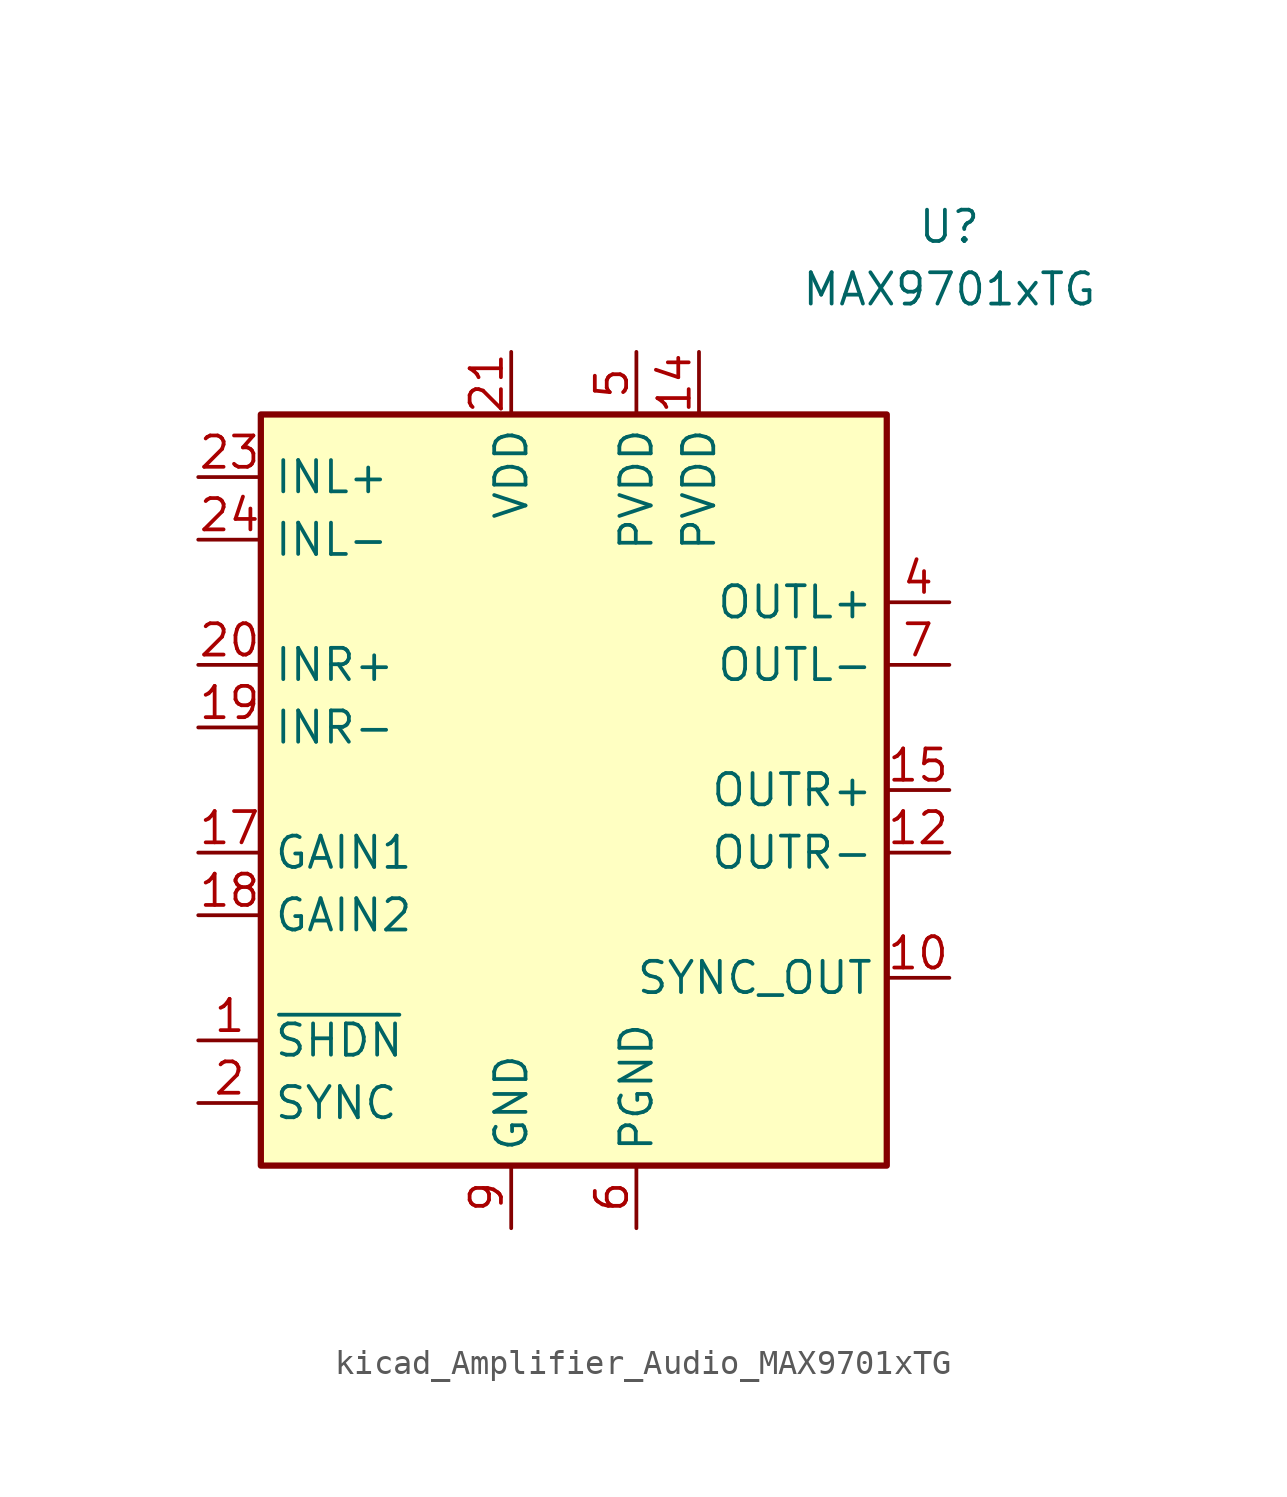
<source format=kicad_sym>
(kicad_symbol_lib
  (version 20220914)
  (generator kicad_symbol_editor)
  (symbol "kicad_Amplifier_Audio_MAX9701xTG"
    (property "Reference" "U"
      (at 15.24 22.86 0)
      (effects (font (size 1.27 1.27))))
    (property "Value" "MAX9701xTG"
      (at 15.24 20.32 0)
      (effects (font (size 1.27 1.27))))
    (symbol "kicad_Amplifier_Audio_MAX9701xTG_0_1"
      (rectangle (start -12.7 15.24) (end 12.7 -15.24) (stroke (width 0.254) (type default)) (fill (type background))))
    (symbol "kicad_Amplifier_Audio_MAX9701xTG_1_1"
      (pin input line (at -15.24 -10.16 0) (length 2.54) (name "~{SHDN}" (effects (font (size 1.27 1.27)))) (number "1" (effects (font (size 1.27 1.27)))))
      (pin output line (at 15.24 -7.62 180) (length 2.54) (name "SYNC_OUT" (effects (font (size 1.27 1.27)))) (number "10" (effects (font (size 1.27 1.27)))))
      (pin no_connect line (at 12.7 -5.08 180) (length 2.54) hide (name "NC" (effects (font (size 1.27 1.27)))) (number "11" (effects (font (size 1.27 1.27)))))
      (pin power_out line (at 15.24 -2.54 180) (length 2.54) (name "OUTR-" (effects (font (size 1.27 1.27)))) (number "12" (effects (font (size 1.27 1.27)))))
      (pin passive line (at 2.54 -17.78 90) (length 2.54) hide (name "PGND" (effects (font (size 1.27 1.27)))) (number "13" (effects (font (size 1.27 1.27)))))
      (pin power_in line (at 5.08 17.78 270) (length 2.54) (name "PVDD" (effects (font (size 1.27 1.27)))) (number "14" (effects (font (size 1.27 1.27)))))
      (pin power_out line (at 15.24 0 180) (length 2.54) (name "OUTR+" (effects (font (size 1.27 1.27)))) (number "15" (effects (font (size 1.27 1.27)))))
      (pin no_connect line (at 12.7 -10.16 180) (length 2.54) hide (name "NC" (effects (font (size 1.27 1.27)))) (number "16" (effects (font (size 1.27 1.27)))))
      (pin input line (at -15.24 -2.54 0) (length 2.54) (name "GAIN1" (effects (font (size 1.27 1.27)))) (number "17" (effects (font (size 1.27 1.27)))))
      (pin input line (at -15.24 -5.08 0) (length 2.54) (name "GAIN2" (effects (font (size 1.27 1.27)))) (number "18" (effects (font (size 1.27 1.27)))))
      (pin input line (at -15.24 2.54 0) (length 2.54) (name "INR-" (effects (font (size 1.27 1.27)))) (number "19" (effects (font (size 1.27 1.27)))))
      (pin input line (at -15.24 -12.7 0) (length 2.54) (name "SYNC" (effects (font (size 1.27 1.27)))) (number "2" (effects (font (size 1.27 1.27)))))
      (pin input line (at -15.24 5.08 0) (length 2.54) (name "INR+" (effects (font (size 1.27 1.27)))) (number "20" (effects (font (size 1.27 1.27)))))
      (pin power_in line (at -2.54 17.78 270) (length 2.54) (name "VDD" (effects (font (size 1.27 1.27)))) (number "21" (effects (font (size 1.27 1.27)))))
      (pin passive line (at -2.54 -17.78 90) (length 2.54) hide (name "GND" (effects (font (size 1.27 1.27)))) (number "22" (effects (font (size 1.27 1.27)))))
      (pin input line (at -15.24 12.7 0) (length 2.54) (name "INL+" (effects (font (size 1.27 1.27)))) (number "23" (effects (font (size 1.27 1.27)))))
      (pin input line (at -15.24 10.16 0) (length 2.54) (name "INL-" (effects (font (size 1.27 1.27)))) (number "24" (effects (font (size 1.27 1.27)))))
      (pin passive line (at -2.54 -17.78 90) (length 2.54) hide (name "GND" (effects (font (size 1.27 1.27)))) (number "25" (effects (font (size 1.27 1.27)))))
      (pin no_connect line (at 12.7 10.16 180) (length 2.54) hide (name "NC" (effects (font (size 1.27 1.27)))) (number "3" (effects (font (size 1.27 1.27)))))
      (pin power_out line (at 15.24 7.62 180) (length 2.54) (name "OUTL+" (effects (font (size 1.27 1.27)))) (number "4" (effects (font (size 1.27 1.27)))))
      (pin power_in line (at 2.54 17.78 270) (length 2.54) (name "PVDD" (effects (font (size 1.27 1.27)))) (number "5" (effects (font (size 1.27 1.27)))))
      (pin power_in line (at 2.54 -17.78 90) (length 2.54) (name "PGND" (effects (font (size 1.27 1.27)))) (number "6" (effects (font (size 1.27 1.27)))))
      (pin power_out line (at 15.24 5.08 180) (length 2.54) (name "OUTL-" (effects (font (size 1.27 1.27)))) (number "7" (effects (font (size 1.27 1.27)))))
      (pin no_connect line (at 12.7 2.54 180) (length 2.54) hide (name "NC" (effects (font (size 1.27 1.27)))) (number "8" (effects (font (size 1.27 1.27)))))
      (pin power_in line (at -2.54 -17.78 90) (length 2.54) (name "GND" (effects (font (size 1.27 1.27)))) (number "9" (effects (font (size 1.27 1.27))))))))
</source>
